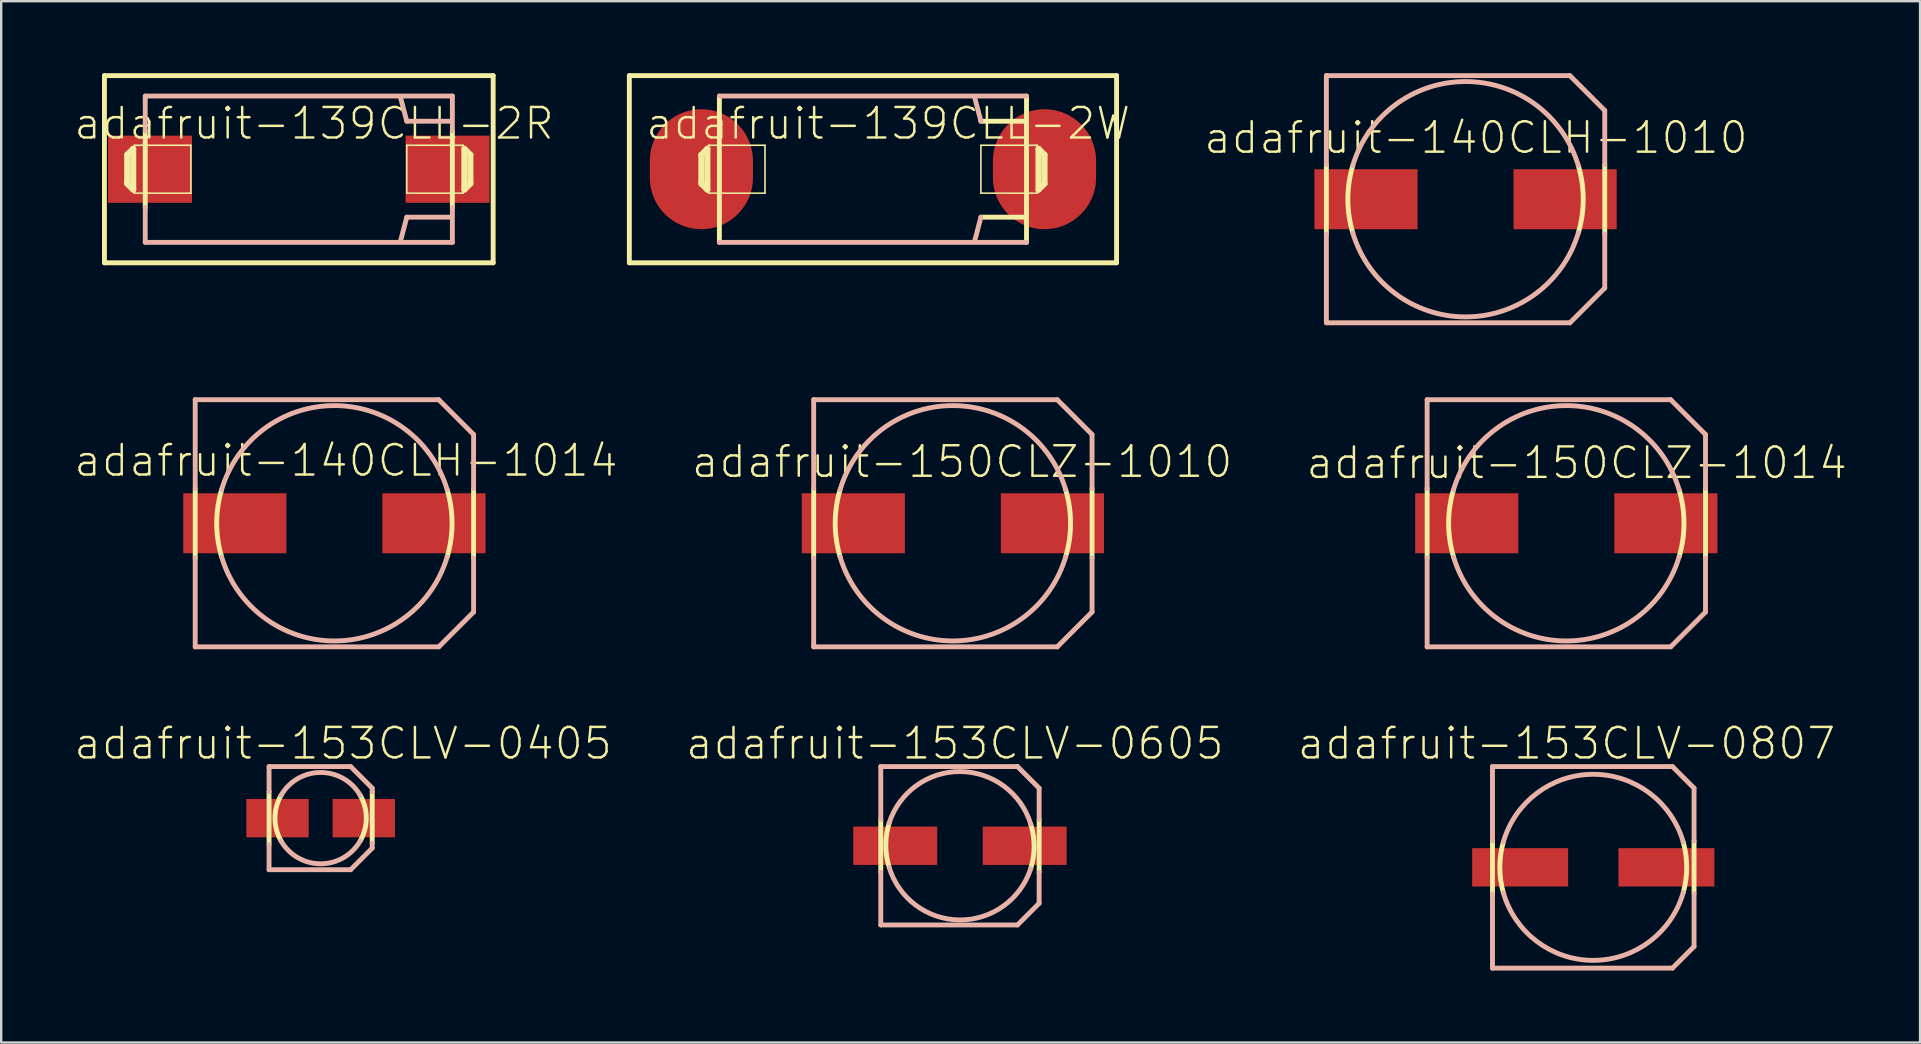
<source format=kicad_pcb>
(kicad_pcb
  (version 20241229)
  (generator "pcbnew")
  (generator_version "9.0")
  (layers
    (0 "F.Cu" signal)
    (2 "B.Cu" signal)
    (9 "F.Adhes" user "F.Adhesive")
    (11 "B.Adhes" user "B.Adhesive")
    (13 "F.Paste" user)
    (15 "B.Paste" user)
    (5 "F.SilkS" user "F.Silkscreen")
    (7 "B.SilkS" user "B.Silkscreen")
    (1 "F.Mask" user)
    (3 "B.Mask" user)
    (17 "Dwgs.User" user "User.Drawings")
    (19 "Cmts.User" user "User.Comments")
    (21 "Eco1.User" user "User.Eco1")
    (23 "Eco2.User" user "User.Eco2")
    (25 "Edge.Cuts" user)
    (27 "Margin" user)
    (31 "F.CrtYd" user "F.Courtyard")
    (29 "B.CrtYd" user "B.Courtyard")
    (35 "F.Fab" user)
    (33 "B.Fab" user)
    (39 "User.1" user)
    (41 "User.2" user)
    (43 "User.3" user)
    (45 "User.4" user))
  (footprint "adafruit-139CLL-2W"
    (layer "F.Cu")
    (at 33.32 4)
    (property "Reference" "adafruit-139CLL-2W" (at 0.635 -1.905 0) (layer "F.SilkS") (effects (font (size 1.27 1.27) (thickness 0.102))))
    (attr smd)
    (fp_line (start -10.15 -3.899) (end -10.15 3.899) (stroke (width 0.203) (type solid)) (layer "F.SilkS"))
    (fp_line (start -10.15 3.899) (end 10.15 3.899) (stroke (width 0.203) (type solid)) (layer "F.SilkS"))
    (fp_line (start -7.148 -0.599) (end -6.899 -0.848) (stroke (width 0.254) (type solid)) (layer "F.SilkS"))
    (fp_line (start -7.148 0.599) (end -7.148 -0.599) (stroke (width 0.254) (type solid)) (layer "F.SilkS"))
    (fp_line (start -6.899 -0.848) (end -6.899 0.848) (stroke (width 0.254) (type solid)) (layer "F.SilkS"))
    (fp_line (start -6.899 0.848) (end -7.148 0.599) (stroke (width 0.254) (type solid)) (layer "F.SilkS"))
    (fp_line (start -6.848 -0.998) (end -4.498 -0.998) (stroke (width 0.066) (type solid)) (layer "F.SilkS"))
    (fp_line (start -6.848 0.998) (end -6.848 -0.998) (stroke (width 0.066) (type solid)) (layer "F.SilkS"))
    (fp_line (start -6.848 0.998) (end -4.498 0.998) (stroke (width 0.066) (type solid)) (layer "F.SilkS"))
    (fp_line (start -6.398 3.048) (end -6.398 -3.048) (stroke (width 0.203) (type solid)) (layer "F.SilkS"))
    (fp_line (start -4.498 0.998) (end -4.498 -0.998) (stroke (width 0.066) (type solid)) (layer "F.SilkS"))
    (fp_line (start 4.498 -0.998) (end 6.848 -0.998) (stroke (width 0.066) (type solid)) (layer "F.SilkS"))
    (fp_line (start 4.498 0.998) (end 4.498 -0.998) (stroke (width 0.066) (type solid)) (layer "F.SilkS"))
    (fp_line (start 4.498 0.998) (end 6.848 0.998) (stroke (width 0.066) (type solid)) (layer "F.SilkS"))
    (fp_line (start 6.35 -1.999) (end 4.498 -1.999) (stroke (width 0.203) (type solid)) (layer "F.SilkS"))
    (fp_line (start 6.35 1.999) (end 4.498 1.999) (stroke (width 0.203) (type solid)) (layer "F.SilkS"))
    (fp_line (start 6.398 -3.048) (end 6.398 3.048) (stroke (width 0.203) (type solid)) (layer "F.SilkS"))
    (fp_line (start 6.848 0.998) (end 6.848 -0.998) (stroke (width 0.066) (type solid)) (layer "F.SilkS"))
    (fp_line (start 6.899 -0.848) (end 7.148 -0.599) (stroke (width 0.254) (type solid)) (layer "F.SilkS"))
    (fp_line (start 6.899 0.848) (end 6.899 -0.848) (stroke (width 0.254) (type solid)) (layer "F.SilkS"))
    (fp_line (start 7.148 -0.599) (end 7.148 0.599) (stroke (width 0.254) (type solid)) (layer "F.SilkS"))
    (fp_line (start 7.148 0.599) (end 6.899 0.848) (stroke (width 0.254) (type solid)) (layer "F.SilkS"))
    (fp_line (start 10.15 -3.899) (end -10.15 -3.899) (stroke (width 0.203) (type solid)) (layer "F.SilkS"))
    (fp_line (start 10.15 3.899) (end 10.15 -3.899) (stroke (width 0.203) (type solid)) (layer "F.SilkS"))
    (fp_line (start -6.398 -3.048) (end 6.398 -3.048) (stroke (width 0.203) (type solid)) (layer "B.SilkS"))
    (fp_line (start 4.498 -1.999) (end 4.249 -2.949) (stroke (width 0.203) (type solid)) (layer "B.SilkS"))
    (fp_line (start 4.498 1.999) (end 4.249 2.949) (stroke (width 0.203) (type solid)) (layer "B.SilkS"))
    (fp_line (start 6.398 3.048) (end -6.398 3.048) (stroke (width 0.203) (type solid)) (layer "B.SilkS"))
    (pad "+" smd oval (at 7.148 0) (size 4.298 4.999) (layers "F.Cu" "F.Mask" "F.Paste"))
    (pad "-" smd oval (at -7.148 0) (size 4.298 4.999) (layers "F.Cu" "F.Mask" "F.Paste")))
  (footprint "adafruit-139CLL-2R"
    (layer "F.Cu")
    (at 9.399 4)
    (property "Reference" "adafruit-139CLL-2R" (at 0.635 -1.905 0) (layer "F.SilkS") (effects (font (size 1.27 1.27) (thickness 0.102))))
    (attr smd)
    (fp_line (start -8.098 -3.899) (end -8.098 3.899) (stroke (width 0.203) (type solid)) (layer "F.SilkS"))
    (fp_line (start -8.098 3.899) (end 8.098 3.899) (stroke (width 0.203) (type solid)) (layer "F.SilkS"))
    (fp_line (start -7.148 -0.599) (end -6.899 -0.848) (stroke (width 0.254) (type solid)) (layer "F.SilkS"))
    (fp_line (start -7.148 0.599) (end -7.148 -0.599) (stroke (width 0.254) (type solid)) (layer "F.SilkS"))
    (fp_line (start -6.899 -0.848) (end -6.899 0.848) (stroke (width 0.254) (type solid)) (layer "F.SilkS"))
    (fp_line (start -6.899 0.848) (end -7.148 0.599) (stroke (width 0.254) (type solid)) (layer "F.SilkS"))
    (fp_line (start -6.848 -0.998) (end -4.498 -0.998) (stroke (width 0.066) (type solid)) (layer "F.SilkS"))
    (fp_line (start -6.848 0.998) (end -6.848 -0.998) (stroke (width 0.066) (type solid)) (layer "F.SilkS"))
    (fp_line (start -6.848 0.998) (end -4.498 0.998) (stroke (width 0.066) (type solid)) (layer "F.SilkS"))
    (fp_line (start -6.398 1.598) (end -6.398 -1.598) (stroke (width 0.203) (type solid)) (layer "F.SilkS"))
    (fp_line (start -4.498 0.998) (end -4.498 -0.998) (stroke (width 0.066) (type solid)) (layer "F.SilkS"))
    (fp_line (start 4.498 -0.998) (end 6.848 -0.998) (stroke (width 0.066) (type solid)) (layer "F.SilkS"))
    (fp_line (start 4.498 0.998) (end 4.498 -0.998) (stroke (width 0.066) (type solid)) (layer "F.SilkS"))
    (fp_line (start 4.498 0.998) (end 6.848 0.998) (stroke (width 0.066) (type solid)) (layer "F.SilkS"))
    (fp_line (start 6.398 -1.598) (end 6.398 1.598) (stroke (width 0.203) (type solid)) (layer "F.SilkS"))
    (fp_line (start 6.848 0.998) (end 6.848 -0.998) (stroke (width 0.066) (type solid)) (layer "F.SilkS"))
    (fp_line (start 6.899 -0.848) (end 7.148 -0.599) (stroke (width 0.254) (type solid)) (layer "F.SilkS"))
    (fp_line (start 6.899 0.848) (end 6.899 -0.848) (stroke (width 0.254) (type solid)) (layer "F.SilkS"))
    (fp_line (start 7.148 -0.599) (end 7.148 0.599) (stroke (width 0.254) (type solid)) (layer "F.SilkS"))
    (fp_line (start 7.148 0.599) (end 6.899 0.848) (stroke (width 0.254) (type solid)) (layer "F.SilkS"))
    (fp_line (start 8.098 -3.899) (end -8.098 -3.899) (stroke (width 0.203) (type solid)) (layer "F.SilkS"))
    (fp_line (start 8.098 3.899) (end 8.098 -3.899) (stroke (width 0.203) (type solid)) (layer "F.SilkS"))
    (fp_line (start -6.398 -3.048) (end 6.398 -3.048) (stroke (width 0.203) (type solid)) (layer "B.SilkS"))
    (fp_line (start -6.398 -1.598) (end -6.398 -3.048) (stroke (width 0.203) (type solid)) (layer "B.SilkS"))
    (fp_line (start -6.398 3.048) (end -6.398 1.598) (stroke (width 0.203) (type solid)) (layer "B.SilkS"))
    (fp_line (start 4.498 -1.999) (end 4.249 -2.949) (stroke (width 0.203) (type solid)) (layer "B.SilkS"))
    (fp_line (start 4.498 1.999) (end 4.249 2.949) (stroke (width 0.203) (type solid)) (layer "B.SilkS"))
    (fp_line (start 6.35 -1.999) (end 4.498 -1.999) (stroke (width 0.203) (type solid)) (layer "B.SilkS"))
    (fp_line (start 6.35 1.999) (end 4.498 1.999) (stroke (width 0.203) (type solid)) (layer "B.SilkS"))
    (fp_line (start 6.398 -3.048) (end 6.398 -1.598) (stroke (width 0.203) (type solid)) (layer "B.SilkS"))
    (fp_line (start 6.398 1.598) (end 6.398 3.048) (stroke (width 0.203) (type solid)) (layer "B.SilkS"))
    (fp_line (start 6.398 3.048) (end -6.398 3.048) (stroke (width 0.203) (type solid)) (layer "B.SilkS"))
    (pad "+" smd rect (at 6.198 0) (size 3.498 2.799) (layers "F.Cu" "F.Mask" "F.Paste"))
    (pad "-" smd rect (at -6.198 0) (size 3.498 2.799) (layers "F.Cu" "F.Mask" "F.Paste")))
  (footprint "adafruit-150CLZ-1010"
    (layer "F.Cu")
    (at 36.65 18.751)
    (property "Reference" "adafruit-150CLZ-1010" (at 0.384 -2.563 0) (layer "F.SilkS") (effects (font (size 1.27 1.27) (thickness 0.102))))
    (attr smd)
    (fp_line (start -5.799 1.448) (end -5.799 -1.448) (stroke (width 0.203) (type solid)) (layer "F.SilkS"))
    (fp_line (start 5.799 -1.448) (end 5.799 1.448) (stroke (width 0.203) (type solid)) (layer "F.SilkS"))
    (fp_arc (start -4.699 1.39954) (mid -4.902989 0.00304) (end -4.700732 -1.393712) (stroke (width 0.2032) (type solid)) (layer "F.SilkS"))
    (fp_arc (start 4.699 -1.39954) (mid 4.902989 -0.00304) (end 4.700732 1.393712) (stroke (width 0.2032) (type solid)) (layer "F.SilkS"))
    (fp_line (start -5.799 -5.149) (end 4.348 -5.149) (stroke (width 0.203) (type solid)) (layer "B.SilkS"))
    (fp_line (start -5.799 -1.448) (end -5.799 -5.149) (stroke (width 0.203) (type solid)) (layer "B.SilkS"))
    (fp_line (start -5.799 5.149) (end -5.799 1.448) (stroke (width 0.203) (type solid)) (layer "B.SilkS"))
    (fp_line (start 4.348 5.149) (end -5.799 5.149) (stroke (width 0.203) (type solid)) (layer "B.SilkS"))
    (fp_line (start 5.799 -3.698) (end 4.348 -5.149) (stroke (width 0.203) (type solid)) (layer "B.SilkS"))
    (fp_line (start 5.799 -3.698) (end 5.799 -1.448) (stroke (width 0.203) (type solid)) (layer "B.SilkS"))
    (fp_line (start 5.799 1.448) (end 5.799 3.698) (stroke (width 0.203) (type solid)) (layer "B.SilkS"))
    (fp_line (start 5.799 3.698) (end 4.348 5.149) (stroke (width 0.203) (type solid)) (layer "B.SilkS"))
    (fp_arc (start -4.699 -1.39954) (mid -0.001239 -4.90299) (end 4.698292 -1.401914) (stroke (width 0.2032) (type solid)) (layer "B.SilkS"))
    (fp_arc (start 4.699 1.39954) (mid 0.001239 4.90299) (end -4.698292 1.401914) (stroke (width 0.2032) (type solid)) (layer "B.SilkS"))
    (pad "+" smd rect (at 4.148 0) (size 4.298 2.499) (layers "F.Cu" "F.Mask" "F.Paste"))
    (pad "-" smd rect (at -4.148 0) (size 4.298 2.499) (layers "F.Cu" "F.Mask" "F.Paste")))
  (footprint "adafruit-153CLV-0807"
    (layer "F.Cu")
    (at 63.331 33.086)
    (property "Reference" "adafruit-153CLV-0807" (at -1.113 -5.164 0) (layer "F.SilkS") (effects (font (size 1.27 1.27) (thickness 0.102))))
    (attr smd)
    (fp_line (start -4.199 1.1) (end -4.199 -1.1) (stroke (width 0.203) (type solid)) (layer "F.SilkS"))
    (fp_line (start 4.199 -1.1) (end 4.199 1.1) (stroke (width 0.203) (type solid)) (layer "F.SilkS"))
    (fp_arc (start -3.74904 1.04902) (mid -3.893037 0.002186) (end -3.750216 -1.04481) (stroke (width 0.2032) (type solid)) (layer "F.SilkS"))
    (fp_arc (start 3.74904 -1.04902) (mid 3.893037 -0.002186) (end 3.750216 1.04481) (stroke (width 0.2032) (type solid)) (layer "F.SilkS"))
    (fp_line (start -4.199 -4.199) (end 3.299 -4.199) (stroke (width 0.203) (type solid)) (layer "B.SilkS"))
    (fp_line (start -4.199 -1.1) (end -4.199 -4.199) (stroke (width 0.203) (type solid)) (layer "B.SilkS"))
    (fp_line (start -4.199 4.199) (end -4.199 1.1) (stroke (width 0.203) (type solid)) (layer "B.SilkS"))
    (fp_line (start 3.299 -4.199) (end 4.199 -3.299) (stroke (width 0.203) (type solid)) (layer "B.SilkS"))
    (fp_line (start 3.299 4.199) (end -4.199 4.199) (stroke (width 0.203) (type solid)) (layer "B.SilkS"))
    (fp_line (start 4.199 -3.299) (end 4.199 -1.1) (stroke (width 0.203) (type solid)) (layer "B.SilkS"))
    (fp_line (start 4.199 1.1) (end 4.199 3.299) (stroke (width 0.203) (type solid)) (layer "B.SilkS"))
    (fp_line (start 4.199 3.299) (end 3.299 4.199) (stroke (width 0.203) (type solid)) (layer "B.SilkS"))
    (fp_arc (start -3.74904 -1.04902) (mid -0.003018 -3.876399) (end 3.747376 -1.054823) (stroke (width 0.2032) (type solid)) (layer "B.SilkS"))
    (fp_arc (start 3.74904 1.04902) (mid 0.003018 3.876399) (end -3.747376 1.054823) (stroke (width 0.2032) (type solid)) (layer "B.SilkS"))
    (pad "+" smd rect (at 3.048 0) (size 3.998 1.598) (layers "F.Cu" "F.Mask" "F.Paste"))
    (pad "-" smd rect (at -3.048 0) (size 3.998 1.598) (layers "F.Cu" "F.Mask" "F.Paste")))
  (footprint "adafruit-140CLH-1010"
    (layer "F.Cu")
    (at 58.01 5.25)
    (property "Reference" "adafruit-140CLH-1010" (at 0.434 -2.563 0) (layer "F.SilkS") (effects (font (size 1.27 1.27) (thickness 0.102))))
    (attr smd)
    (fp_line (start -5.799 1.448) (end -5.799 -1.448) (stroke (width 0.203) (type solid)) (layer "F.SilkS"))
    (fp_line (start 5.799 -1.448) (end 5.799 1.448) (stroke (width 0.203) (type solid)) (layer "F.SilkS"))
    (fp_arc (start -4.699 1.39954) (mid -4.902989 0.00304) (end -4.700732 -1.393712) (stroke (width 0.2032) (type solid)) (layer "F.SilkS"))
    (fp_arc (start 4.699 -1.39954) (mid 4.902989 -0.00304) (end 4.700732 1.393712) (stroke (width 0.2032) (type solid)) (layer "F.SilkS"))
    (fp_line (start -5.799 -5.149) (end 4.348 -5.149) (stroke (width 0.203) (type solid)) (layer "B.SilkS"))
    (fp_line (start -5.799 -1.448) (end -5.799 -5.149) (stroke (width 0.203) (type solid)) (layer "B.SilkS"))
    (fp_line (start -5.799 5.149) (end -5.799 1.448) (stroke (width 0.203) (type solid)) (layer "B.SilkS"))
    (fp_line (start 4.348 5.149) (end -5.799 5.149) (stroke (width 0.203) (type solid)) (layer "B.SilkS"))
    (fp_line (start 5.799 -3.698) (end 4.348 -5.149) (stroke (width 0.203) (type solid)) (layer "B.SilkS"))
    (fp_line (start 5.799 -3.698) (end 5.799 -1.448) (stroke (width 0.203) (type solid)) (layer "B.SilkS"))
    (fp_line (start 5.799 1.448) (end 5.799 3.698) (stroke (width 0.203) (type solid)) (layer "B.SilkS"))
    (fp_line (start 5.799 3.698) (end 4.348 5.149) (stroke (width 0.203) (type solid)) (layer "B.SilkS"))
    (fp_arc (start -4.699 -1.39954) (mid -0.001239 -4.90299) (end 4.698292 -1.401914) (stroke (width 0.2032) (type solid)) (layer "B.SilkS"))
    (fp_arc (start 4.699 1.39954) (mid 0.001239 4.90299) (end -4.698292 1.401914) (stroke (width 0.2032) (type solid)) (layer "B.SilkS"))
    (pad "+" smd rect (at 4.148 0) (size 4.298 2.499) (layers "F.Cu" "F.Mask" "F.Paste"))
    (pad "-" smd rect (at -4.148 0) (size 4.298 2.499) (layers "F.Cu" "F.Mask" "F.Paste")))
  (footprint "adafruit-140CLH-1014"
    (layer "F.Cu")
    (at 10.882 18.751)
    (property "Reference" "adafruit-140CLH-1014" (at 0.483 -2.614 0) (layer "F.SilkS") (effects (font (size 1.27 1.27) (thickness 0.102))))
    (attr smd)
    (fp_line (start -5.799 1.448) (end -5.799 -1.448) (stroke (width 0.203) (type solid)) (layer "F.SilkS"))
    (fp_line (start 5.799 -1.448) (end 5.799 1.448) (stroke (width 0.203) (type solid)) (layer "F.SilkS"))
    (fp_arc (start -4.699 1.39954) (mid -4.902989 0.00304) (end -4.700732 -1.393712) (stroke (width 0.2032) (type solid)) (layer "F.SilkS"))
    (fp_arc (start 4.699 -1.39954) (mid 4.902989 -0.00304) (end 4.700732 1.393712) (stroke (width 0.2032) (type solid)) (layer "F.SilkS"))
    (fp_line (start -5.799 -5.149) (end 4.348 -5.149) (stroke (width 0.203) (type solid)) (layer "B.SilkS"))
    (fp_line (start -5.799 -1.448) (end -5.799 -5.149) (stroke (width 0.203) (type solid)) (layer "B.SilkS"))
    (fp_line (start -5.799 5.149) (end -5.799 1.448) (stroke (width 0.203) (type solid)) (layer "B.SilkS"))
    (fp_line (start 4.348 5.149) (end -5.799 5.149) (stroke (width 0.203) (type solid)) (layer "B.SilkS"))
    (fp_line (start 5.799 -3.698) (end 4.348 -5.149) (stroke (width 0.203) (type solid)) (layer "B.SilkS"))
    (fp_line (start 5.799 -3.698) (end 5.799 -1.448) (stroke (width 0.203) (type solid)) (layer "B.SilkS"))
    (fp_line (start 5.799 1.448) (end 5.799 3.698) (stroke (width 0.203) (type solid)) (layer "B.SilkS"))
    (fp_line (start 5.799 3.698) (end 4.348 5.149) (stroke (width 0.203) (type solid)) (layer "B.SilkS"))
    (fp_arc (start -4.699 -1.39954) (mid -0.001239 -4.90299) (end 4.698292 -1.401914) (stroke (width 0.2032) (type solid)) (layer "B.SilkS"))
    (fp_arc (start 4.699 1.39954) (mid 0.001239 4.90299) (end -4.698292 1.401914) (stroke (width 0.2032) (type solid)) (layer "B.SilkS"))
    (pad "+" smd rect (at 4.148 0) (size 4.298 2.499) (layers "F.Cu" "F.Mask" "F.Paste"))
    (pad "-" smd rect (at -4.148 0) (size 4.298 2.499) (layers "F.Cu" "F.Mask" "F.Paste")))
  (footprint "adafruit-150CLZ-1014"
    (layer "F.Cu")
    (at 62.208 18.751)
    (property "Reference" "adafruit-150CLZ-1014" (at 0.434 -2.515 0) (layer "F.SilkS") (effects (font (size 1.27 1.27) (thickness 0.102))))
    (attr smd)
    (fp_line (start -5.799 1.448) (end -5.799 -1.448) (stroke (width 0.203) (type solid)) (layer "F.SilkS"))
    (fp_line (start 5.799 -1.448) (end 5.799 1.448) (stroke (width 0.203) (type solid)) (layer "F.SilkS"))
    (fp_arc (start -4.699 1.39954) (mid -4.902989 0.00304) (end -4.700732 -1.393712) (stroke (width 0.2032) (type solid)) (layer "F.SilkS"))
    (fp_arc (start 4.699 -1.39954) (mid 4.902989 -0.00304) (end 4.700732 1.393712) (stroke (width 0.2032) (type solid)) (layer "F.SilkS"))
    (fp_line (start -5.799 -5.149) (end 4.348 -5.149) (stroke (width 0.203) (type solid)) (layer "B.SilkS"))
    (fp_line (start -5.799 -1.448) (end -5.799 -5.149) (stroke (width 0.203) (type solid)) (layer "B.SilkS"))
    (fp_line (start -5.799 5.149) (end -5.799 1.448) (stroke (width 0.203) (type solid)) (layer "B.SilkS"))
    (fp_line (start 4.348 5.149) (end -5.799 5.149) (stroke (width 0.203) (type solid)) (layer "B.SilkS"))
    (fp_line (start 5.799 -3.698) (end 4.348 -5.149) (stroke (width 0.203) (type solid)) (layer "B.SilkS"))
    (fp_line (start 5.799 -3.698) (end 5.799 -1.448) (stroke (width 0.203) (type solid)) (layer "B.SilkS"))
    (fp_line (start 5.799 1.448) (end 5.799 3.698) (stroke (width 0.203) (type solid)) (layer "B.SilkS"))
    (fp_line (start 5.799 3.698) (end 4.348 5.149) (stroke (width 0.203) (type solid)) (layer "B.SilkS"))
    (fp_arc (start -4.699 -1.39954) (mid -0.001239 -4.90299) (end 4.698292 -1.401914) (stroke (width 0.2032) (type solid)) (layer "B.SilkS"))
    (fp_arc (start 4.699 1.39954) (mid 0.001239 4.90299) (end -4.698292 1.401914) (stroke (width 0.2032) (type solid)) (layer "B.SilkS"))
    (pad "+" smd rect (at 4.148 0) (size 4.298 2.499) (layers "F.Cu" "F.Mask" "F.Paste"))
    (pad "-" smd rect (at -4.148 0) (size 4.298 2.499) (layers "F.Cu" "F.Mask" "F.Paste")))
  (footprint "adafruit-153CLV-0405"
    (layer "F.Cu")
    (at 10.309 31.036)
    (property "Reference" "adafruit-153CLV-0405" (at 0.935 -3.114 0) (layer "F.SilkS") (effects (font (size 1.27 1.27) (thickness 0.102))))
    (attr smd)
    (fp_line (start -2.149 1.1) (end -2.149 -1.1) (stroke (width 0.203) (type solid)) (layer "F.SilkS"))
    (fp_line (start 2.149 -1.1) (end 2.149 1.049) (stroke (width 0.203) (type solid)) (layer "F.SilkS"))
    (fp_arc (start -1.64846 0.94996) (mid -1.902588 0.00178) (end -1.650235 -0.946874) (stroke (width 0.2032) (type solid)) (layer "F.SilkS"))
    (fp_arc (start 1.64846 -0.94996) (mid 1.902588 -0.00178) (end 1.650235 0.946874) (stroke (width 0.2032) (type solid)) (layer "F.SilkS"))
    (fp_line (start -2.149 -2.149) (end 1.25 -2.149) (stroke (width 0.203) (type solid)) (layer "B.SilkS"))
    (fp_line (start -2.149 -1.1) (end -2.149 -2.149) (stroke (width 0.203) (type solid)) (layer "B.SilkS"))
    (fp_line (start -2.149 2.149) (end -2.149 1.1) (stroke (width 0.203) (type solid)) (layer "B.SilkS"))
    (fp_line (start 1.25 -2.149) (end 2.149 -1.25) (stroke (width 0.203) (type solid)) (layer "B.SilkS"))
    (fp_line (start 1.25 2.149) (end -2.149 2.149) (stroke (width 0.203) (type solid)) (layer "B.SilkS"))
    (fp_line (start 2.149 -1.25) (end 2.149 -1.1) (stroke (width 0.203) (type solid)) (layer "B.SilkS"))
    (fp_line (start 2.149 1.049) (end 2.149 1.25) (stroke (width 0.203) (type solid)) (layer "B.SilkS"))
    (fp_line (start 2.149 1.25) (end 1.25 2.149) (stroke (width 0.203) (type solid)) (layer "B.SilkS"))
    (fp_arc (start -1.64846 -0.94996) (mid 0.00012 -1.902589) (end 1.64858 -0.949752) (stroke (width 0.2032) (type solid)) (layer "B.SilkS"))
    (fp_arc (start 1.64846 0.94996) (mid -0.00012 1.902589) (end -1.64858 0.949752) (stroke (width 0.2032) (type solid)) (layer "B.SilkS"))
    (pad "+" smd rect (at 1.798 0) (size 2.598 1.598) (layers "F.Cu" "F.Mask" "F.Paste"))
    (pad "-" smd rect (at -1.798 0) (size 2.598 1.598) (layers "F.Cu" "F.Mask" "F.Paste")))
  (footprint "adafruit-153CLV-0605"
    (layer "F.Cu")
    (at 36.945 32.187)
    (property "Reference" "adafruit-153CLV-0605" (at -0.213 -4.265 0) (layer "F.SilkS") (effects (font (size 1.27 1.27) (thickness 0.102))))
    (attr smd)
    (fp_line (start -3.299 1.1) (end -3.299 -1.1) (stroke (width 0.203) (type solid)) (layer "F.SilkS"))
    (fp_line (start 3.299 -1.1) (end 3.299 1.1) (stroke (width 0.203) (type solid)) (layer "F.SilkS"))
    (fp_arc (start -2.94894 0.89916) (mid -3.089719 -0.024885) (end -2.947729 -0.948744) (stroke (width 0.2032) (type solid)) (layer "F.SilkS"))
    (fp_arc (start 2.94894 -0.89916) (mid 3.089719 0.024885) (end 2.947729 0.948744) (stroke (width 0.2032) (type solid)) (layer "F.SilkS"))
    (fp_line (start -3.299 -3.299) (end 2.398 -3.299) (stroke (width 0.203) (type solid)) (layer "B.SilkS"))
    (fp_line (start -3.299 -1.1) (end -3.299 -3.299) (stroke (width 0.203) (type solid)) (layer "B.SilkS"))
    (fp_line (start -3.299 3.299) (end -3.299 1.1) (stroke (width 0.203) (type solid)) (layer "B.SilkS"))
    (fp_line (start 2.398 -3.299) (end 3.299 -2.398) (stroke (width 0.203) (type solid)) (layer "B.SilkS"))
    (fp_line (start 2.398 3.299) (end -3.299 3.299) (stroke (width 0.203) (type solid)) (layer "B.SilkS"))
    (fp_line (start 3.299 -2.398) (end 3.299 -1.1) (stroke (width 0.203) (type solid)) (layer "B.SilkS"))
    (fp_line (start 3.299 1.1) (end 3.299 2.398) (stroke (width 0.203) (type solid)) (layer "B.SilkS"))
    (fp_line (start 3.299 2.398) (end 2.398 3.299) (stroke (width 0.203) (type solid)) (layer "B.SilkS"))
    (fp_arc (start -2.94894 -0.94996) (mid 0.016598 -3.090825) (end 2.948225 -0.903753) (stroke (width 0.2032) (type solid)) (layer "B.SilkS"))
    (fp_arc (start 2.94894 0.94996) (mid -0.016598 3.090825) (end -2.948225 0.903753) (stroke (width 0.2032) (type solid)) (layer "B.SilkS"))
    (pad "+" smd rect (at 2.697 0) (size 3.498 1.598) (layers "F.Cu" "F.Mask" "F.Paste"))
    (pad "-" smd rect (at -2.697 0) (size 3.498 1.598) (layers "F.Cu" "F.Mask" "F.Paste")))
  (gr_rect
    (start -3 -3)
    (end 76.946 40.386)
    (stroke (width 0.1) (type default))
    (fill no)
    (layer "Edge.Cuts")))
</source>
